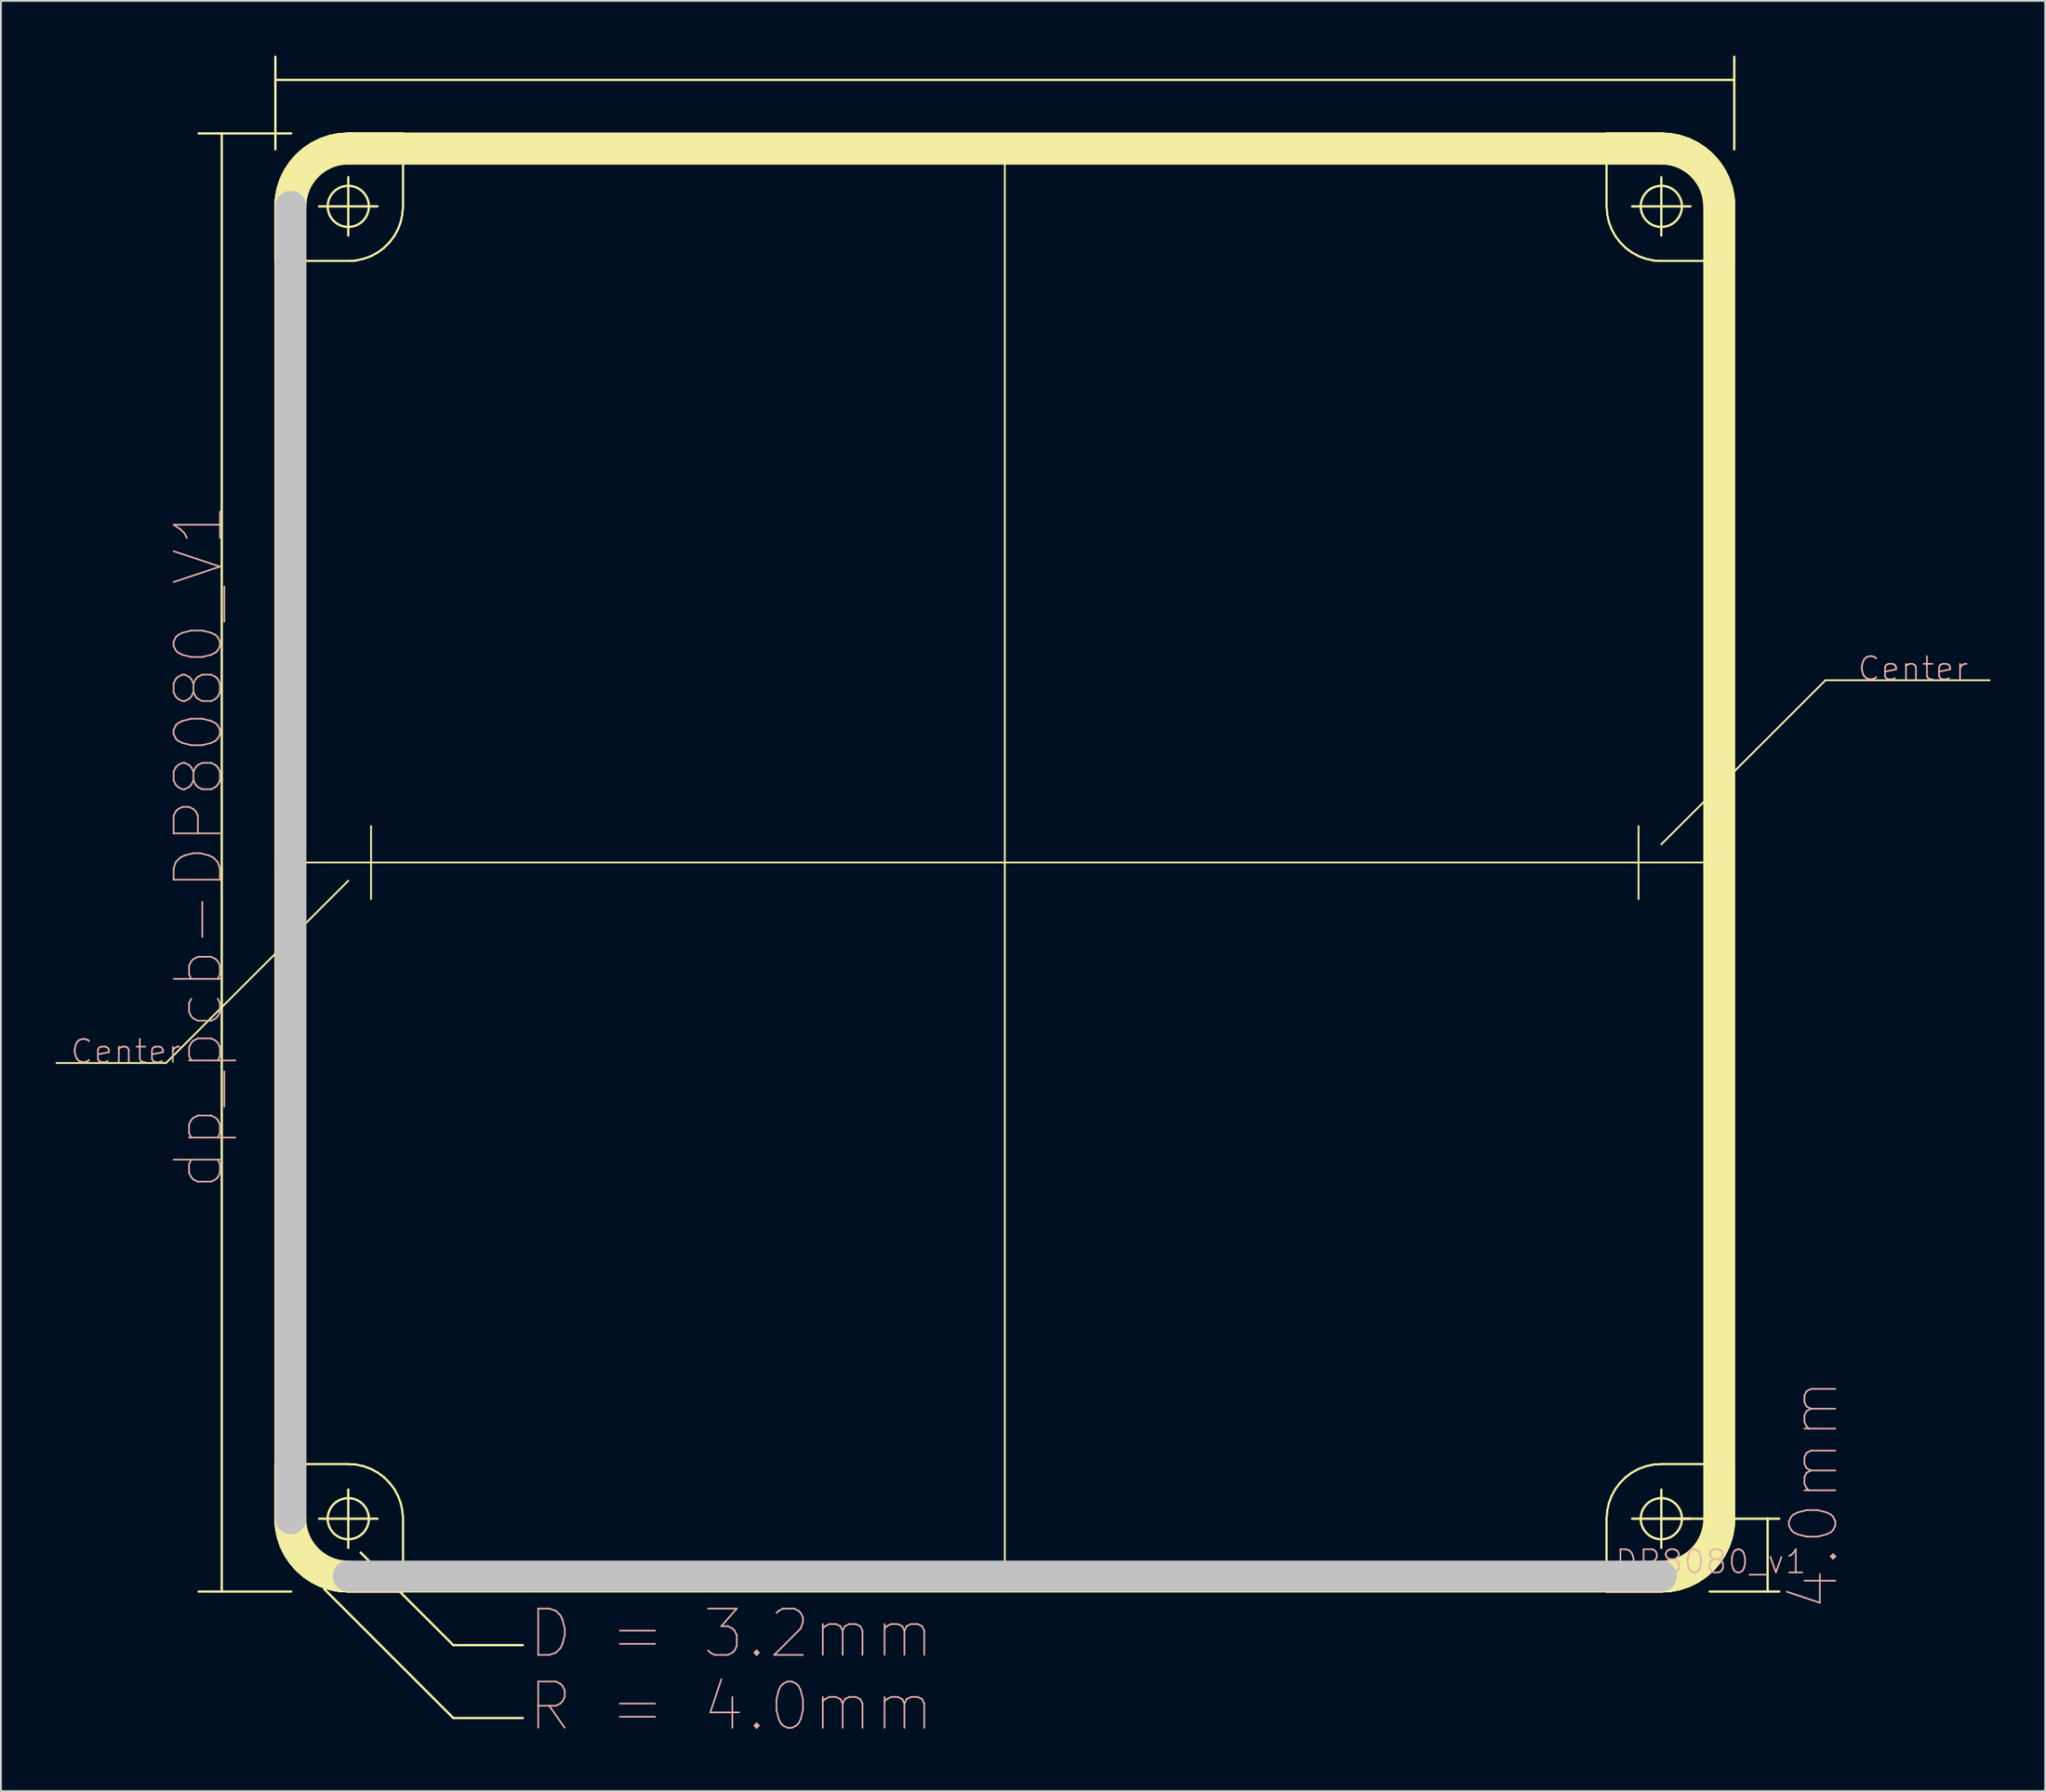
<source format=kicad_pcb>
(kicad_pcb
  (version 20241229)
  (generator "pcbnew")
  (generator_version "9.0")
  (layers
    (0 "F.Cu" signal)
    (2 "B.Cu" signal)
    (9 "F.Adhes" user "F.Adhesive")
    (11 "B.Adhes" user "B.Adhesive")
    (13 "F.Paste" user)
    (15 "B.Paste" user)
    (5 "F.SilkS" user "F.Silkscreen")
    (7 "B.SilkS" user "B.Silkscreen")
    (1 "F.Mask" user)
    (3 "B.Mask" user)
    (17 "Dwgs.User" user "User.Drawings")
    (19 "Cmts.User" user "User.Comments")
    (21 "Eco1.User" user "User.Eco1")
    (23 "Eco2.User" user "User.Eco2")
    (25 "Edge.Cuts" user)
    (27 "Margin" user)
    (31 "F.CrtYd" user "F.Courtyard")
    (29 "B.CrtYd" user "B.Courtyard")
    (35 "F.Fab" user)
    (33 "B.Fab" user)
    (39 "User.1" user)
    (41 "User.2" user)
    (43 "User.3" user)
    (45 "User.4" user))
  (footprint "dp_pcb-DP8080_V1"
    (layer "F.Cu")
    (at 12.049 84.272)
    (property "Reference" "dp_pcb-DP8080_V1" (at -4.209 -40.874 90) (layer "B.SilkS") (effects (font (size 2.54 2.54) (thickness 0.089))))
    (attr exclude_from_pos_files exclude_from_bom)
    (fp_line (start -5.999 -28.999) (end -11.999 -28.999) (stroke (width 0.1) (type solid)) (layer "F.SilkS"))
    (fp_line (start -4.209 -80) (end 0.869 -80) (stroke (width 0.127) (type solid)) (layer "F.SilkS"))
    (fp_line (start -4.209 0) (end 0.869 0) (stroke (width 0.127) (type solid)) (layer "F.SilkS"))
    (fp_line (start -2.939 -80) (end -2.939 0) (stroke (width 0.127) (type solid)) (layer "F.SilkS"))
    (fp_line (start 0 -84.209) (end 0 -79.129) (stroke (width 0.127) (type solid)) (layer "F.SilkS"))
    (fp_line (start 0 -75.999) (end 0 -3.998) (stroke (width 0.1) (type solid)) (layer "F.SilkS"))
    (fp_line (start 0 -75.999) (end 0.033 -76.52) (stroke (width 0.1) (type solid)) (layer "F.SilkS"))
    (fp_line (start 0 -75.999) (end 0.033 -76.52) (stroke (width 0.1) (type solid)) (layer "F.SilkS"))
    (fp_line (start 0 -75.999) (end 0.033 -76.52) (stroke (width 0.1) (type solid)) (layer "F.SilkS"))
    (fp_line (start 0 -73) (end 0 -75.999) (stroke (width 0.1) (type solid)) (layer "F.SilkS"))
    (fp_line (start 0 -73) (end 0 -75.999) (stroke (width 0.1) (type solid)) (layer "F.SilkS"))
    (fp_line (start 0 -73) (end 0 -75.999) (stroke (width 0.1) (type solid)) (layer "F.SilkS"))
    (fp_line (start 0 -40) (end 80 -40) (stroke (width 0.1) (type solid)) (layer "F.SilkS"))
    (fp_line (start 0 -6.998) (end 3.998 -6.998) (stroke (width 0.1) (type solid)) (layer "F.SilkS"))
    (fp_line (start 0 -6.998) (end 3.998 -6.998) (stroke (width 0.1) (type solid)) (layer "F.SilkS"))
    (fp_line (start 0 -6.998) (end 3.998 -6.998) (stroke (width 0.1) (type solid)) (layer "F.SilkS"))
    (fp_line (start 0 -3.998) (end 0 -6.998) (stroke (width 0.1) (type solid)) (layer "F.SilkS"))
    (fp_line (start 0 -3.998) (end 0 -6.998) (stroke (width 0.1) (type solid)) (layer "F.SilkS"))
    (fp_line (start 0 -3.998) (end 0 -6.998) (stroke (width 0.1) (type solid)) (layer "F.SilkS"))
    (fp_line (start 0.033 -76.52) (end 0.135 -77.033) (stroke (width 0.1) (type solid)) (layer "F.SilkS"))
    (fp_line (start 0.033 -76.52) (end 0.135 -77.033) (stroke (width 0.1) (type solid)) (layer "F.SilkS"))
    (fp_line (start 0.033 -76.52) (end 0.135 -77.033) (stroke (width 0.1) (type solid)) (layer "F.SilkS"))
    (fp_line (start 0.033 -3.477) (end 0 -3.998) (stroke (width 0.1) (type solid)) (layer "F.SilkS"))
    (fp_line (start 0.033 -3.477) (end 0 -3.998) (stroke (width 0.1) (type solid)) (layer "F.SilkS"))
    (fp_line (start 0.033 -3.477) (end 0 -3.998) (stroke (width 0.1) (type solid)) (layer "F.SilkS"))
    (fp_line (start 0.135 -77.033) (end 0.302 -77.528) (stroke (width 0.1) (type solid)) (layer "F.SilkS"))
    (fp_line (start 0.135 -77.033) (end 0.302 -77.528) (stroke (width 0.1) (type solid)) (layer "F.SilkS"))
    (fp_line (start 0.135 -77.033) (end 0.302 -77.528) (stroke (width 0.1) (type solid)) (layer "F.SilkS"))
    (fp_line (start 0.135 -2.964) (end 0.033 -3.477) (stroke (width 0.1) (type solid)) (layer "F.SilkS"))
    (fp_line (start 0.135 -2.964) (end 0.033 -3.477) (stroke (width 0.1) (type solid)) (layer "F.SilkS"))
    (fp_line (start 0.135 -2.964) (end 0.033 -3.477) (stroke (width 0.1) (type solid)) (layer "F.SilkS"))
    (fp_line (start 0.302 -77.528) (end 0.533 -77.998) (stroke (width 0.1) (type solid)) (layer "F.SilkS"))
    (fp_line (start 0.302 -77.528) (end 0.533 -77.998) (stroke (width 0.1) (type solid)) (layer "F.SilkS"))
    (fp_line (start 0.302 -77.528) (end 0.533 -77.998) (stroke (width 0.1) (type solid)) (layer "F.SilkS"))
    (fp_line (start 0.302 -2.469) (end 0.135 -2.964) (stroke (width 0.1) (type solid)) (layer "F.SilkS"))
    (fp_line (start 0.302 -2.469) (end 0.135 -2.964) (stroke (width 0.1) (type solid)) (layer "F.SilkS"))
    (fp_line (start 0.302 -2.469) (end 0.135 -2.964) (stroke (width 0.1) (type solid)) (layer "F.SilkS"))
    (fp_line (start 0.533 -77.998) (end 0.826 -78.433) (stroke (width 0.1) (type solid)) (layer "F.SilkS"))
    (fp_line (start 0.533 -77.998) (end 0.826 -78.433) (stroke (width 0.1) (type solid)) (layer "F.SilkS"))
    (fp_line (start 0.533 -77.998) (end 0.826 -78.433) (stroke (width 0.1) (type solid)) (layer "F.SilkS"))
    (fp_line (start 0.533 -1.999) (end 0.302 -2.469) (stroke (width 0.1) (type solid)) (layer "F.SilkS"))
    (fp_line (start 0.533 -1.999) (end 0.302 -2.469) (stroke (width 0.1) (type solid)) (layer "F.SilkS"))
    (fp_line (start 0.533 -1.999) (end 0.302 -2.469) (stroke (width 0.1) (type solid)) (layer "F.SilkS"))
    (fp_line (start 0.826 -78.433) (end 1.171 -78.826) (stroke (width 0.1) (type solid)) (layer "F.SilkS"))
    (fp_line (start 0.826 -78.433) (end 1.171 -78.826) (stroke (width 0.1) (type solid)) (layer "F.SilkS"))
    (fp_line (start 0.826 -78.433) (end 1.171 -78.826) (stroke (width 0.1) (type solid)) (layer "F.SilkS"))
    (fp_line (start 0.826 -1.565) (end 0.533 -1.999) (stroke (width 0.1) (type solid)) (layer "F.SilkS"))
    (fp_line (start 0.826 -1.565) (end 0.533 -1.999) (stroke (width 0.1) (type solid)) (layer "F.SilkS"))
    (fp_line (start 0.826 -1.565) (end 0.533 -1.999) (stroke (width 0.1) (type solid)) (layer "F.SilkS"))
    (fp_line (start 0.848 -3.998) (end 0.848 -75.999) (stroke (width 1.699) (type solid)) (layer "F.SilkS"))
    (fp_line (start 1.171 -78.826) (end 1.565 -79.172) (stroke (width 0.1) (type solid)) (layer "F.SilkS"))
    (fp_line (start 1.171 -78.826) (end 1.565 -79.172) (stroke (width 0.1) (type solid)) (layer "F.SilkS"))
    (fp_line (start 1.171 -78.826) (end 1.565 -79.172) (stroke (width 0.1) (type solid)) (layer "F.SilkS"))
    (fp_line (start 1.171 -1.171) (end 0.826 -1.565) (stroke (width 0.1) (type solid)) (layer "F.SilkS"))
    (fp_line (start 1.171 -1.171) (end 0.826 -1.565) (stroke (width 0.1) (type solid)) (layer "F.SilkS"))
    (fp_line (start 1.171 -1.171) (end 0.826 -1.565) (stroke (width 0.1) (type solid)) (layer "F.SilkS"))
    (fp_line (start 1.565 -79.172) (end 1.999 -79.464) (stroke (width 0.1) (type solid)) (layer "F.SilkS"))
    (fp_line (start 1.565 -79.172) (end 1.999 -79.464) (stroke (width 0.1) (type solid)) (layer "F.SilkS"))
    (fp_line (start 1.565 -79.172) (end 1.999 -79.464) (stroke (width 0.1) (type solid)) (layer "F.SilkS"))
    (fp_line (start 1.565 -0.826) (end 1.171 -1.171) (stroke (width 0.1) (type solid)) (layer "F.SilkS"))
    (fp_line (start 1.565 -0.826) (end 1.171 -1.171) (stroke (width 0.1) (type solid)) (layer "F.SilkS"))
    (fp_line (start 1.565 -0.826) (end 1.171 -1.171) (stroke (width 0.1) (type solid)) (layer "F.SilkS"))
    (fp_line (start 1.999 -79.464) (end 2.469 -79.695) (stroke (width 0.1) (type solid)) (layer "F.SilkS"))
    (fp_line (start 1.999 -79.464) (end 2.469 -79.695) (stroke (width 0.1) (type solid)) (layer "F.SilkS"))
    (fp_line (start 1.999 -79.464) (end 2.469 -79.695) (stroke (width 0.1) (type solid)) (layer "F.SilkS"))
    (fp_line (start 1.999 -0.533) (end 1.565 -0.826) (stroke (width 0.1) (type solid)) (layer "F.SilkS"))
    (fp_line (start 1.999 -0.533) (end 1.565 -0.826) (stroke (width 0.1) (type solid)) (layer "F.SilkS"))
    (fp_line (start 1.999 -0.533) (end 1.565 -0.826) (stroke (width 0.1) (type solid)) (layer "F.SilkS"))
    (fp_line (start 2.398 -75.999) (end 5.598 -75.999) (stroke (width 0.127) (type solid)) (layer "F.SilkS"))
    (fp_line (start 2.398 -3.998) (end 5.598 -3.998) (stroke (width 0.127) (type solid)) (layer "F.SilkS"))
    (fp_line (start 2.469 -79.695) (end 2.964 -79.863) (stroke (width 0.1) (type solid)) (layer "F.SilkS"))
    (fp_line (start 2.469 -79.695) (end 2.964 -79.863) (stroke (width 0.1) (type solid)) (layer "F.SilkS"))
    (fp_line (start 2.469 -79.695) (end 2.964 -79.863) (stroke (width 0.1) (type solid)) (layer "F.SilkS"))
    (fp_line (start 2.469 -0.302) (end 1.999 -0.533) (stroke (width 0.1) (type solid)) (layer "F.SilkS"))
    (fp_line (start 2.469 -0.302) (end 1.999 -0.533) (stroke (width 0.1) (type solid)) (layer "F.SilkS"))
    (fp_line (start 2.469 -0.302) (end 1.999 -0.533) (stroke (width 0.1) (type solid)) (layer "F.SilkS"))
    (fp_line (start 2.68 -0.14) (end 9.759 6.939) (stroke (width 0.127) (type solid)) (layer "F.SilkS"))
    (fp_line (start 2.964 -79.863) (end 3.477 -79.964) (stroke (width 0.1) (type solid)) (layer "F.SilkS"))
    (fp_line (start 2.964 -79.863) (end 3.477 -79.964) (stroke (width 0.1) (type solid)) (layer "F.SilkS"))
    (fp_line (start 2.964 -79.863) (end 3.477 -79.964) (stroke (width 0.1) (type solid)) (layer "F.SilkS"))
    (fp_line (start 2.964 -0.135) (end 2.469 -0.302) (stroke (width 0.1) (type solid)) (layer "F.SilkS"))
    (fp_line (start 2.964 -0.135) (end 2.469 -0.302) (stroke (width 0.1) (type solid)) (layer "F.SilkS"))
    (fp_line (start 2.964 -0.135) (end 2.469 -0.302) (stroke (width 0.1) (type solid)) (layer "F.SilkS"))
    (fp_line (start 3.477 -79.964) (end 3.998 -80) (stroke (width 0.1) (type solid)) (layer "F.SilkS"))
    (fp_line (start 3.477 -79.964) (end 3.998 -80) (stroke (width 0.1) (type solid)) (layer "F.SilkS"))
    (fp_line (start 3.477 -79.964) (end 3.998 -80) (stroke (width 0.1) (type solid)) (layer "F.SilkS"))
    (fp_line (start 3.477 -0.033) (end 2.964 -0.135) (stroke (width 0.1) (type solid)) (layer "F.SilkS"))
    (fp_line (start 3.477 -0.033) (end 2.964 -0.135) (stroke (width 0.1) (type solid)) (layer "F.SilkS"))
    (fp_line (start 3.477 -0.033) (end 2.964 -0.135) (stroke (width 0.1) (type solid)) (layer "F.SilkS"))
    (fp_line (start 3.998 -80) (end 6.998 -80) (stroke (width 0.1) (type solid)) (layer "F.SilkS"))
    (fp_line (start 3.998 -80) (end 6.998 -80) (stroke (width 0.1) (type solid)) (layer "F.SilkS"))
    (fp_line (start 3.998 -80) (end 6.998 -80) (stroke (width 0.1) (type solid)) (layer "F.SilkS"))
    (fp_line (start 3.998 -79.149) (end 75.999 -79.149) (stroke (width 1.699) (type solid)) (layer "F.SilkS"))
    (fp_line (start 3.998 -79.149) (end 75.999 -79.149) (stroke (width 1.699) (type solid)) (layer "F.SilkS"))
    (fp_line (start 3.998 -74.399) (end 3.998 -77.6) (stroke (width 0.127) (type solid)) (layer "F.SilkS"))
    (fp_line (start 3.998 -73) (end 0 -73) (stroke (width 0.1) (type solid)) (layer "F.SilkS"))
    (fp_line (start 3.998 -73) (end 0 -73) (stroke (width 0.1) (type solid)) (layer "F.SilkS"))
    (fp_line (start 3.998 -73) (end 0 -73) (stroke (width 0.1) (type solid)) (layer "F.SilkS"))
    (fp_line (start 3.998 -38.999) (end -5.999 -28.999) (stroke (width 0.1) (type solid)) (layer "F.SilkS"))
    (fp_line (start 3.998 -6.998) (end 4.425 -6.967) (stroke (width 0.1) (type solid)) (layer "F.SilkS"))
    (fp_line (start 3.998 -6.998) (end 4.425 -6.967) (stroke (width 0.1) (type solid)) (layer "F.SilkS"))
    (fp_line (start 3.998 -6.998) (end 4.425 -6.967) (stroke (width 0.1) (type solid)) (layer "F.SilkS"))
    (fp_line (start 3.998 -2.398) (end 3.998 -5.598) (stroke (width 0.127) (type solid)) (layer "F.SilkS"))
    (fp_line (start 3.998 0) (end 3.477 -0.033) (stroke (width 0.1) (type solid)) (layer "F.SilkS"))
    (fp_line (start 3.998 0) (end 3.477 -0.033) (stroke (width 0.1) (type solid)) (layer "F.SilkS"))
    (fp_line (start 3.998 0) (end 3.477 -0.033) (stroke (width 0.1) (type solid)) (layer "F.SilkS"))
    (fp_line (start 3.998 0) (end 75.999 0) (stroke (width 0.1) (type solid)) (layer "F.SilkS"))
    (fp_line (start 4.425 -73.03) (end 3.998 -73) (stroke (width 0.1) (type solid)) (layer "F.SilkS"))
    (fp_line (start 4.425 -73.03) (end 3.998 -73) (stroke (width 0.1) (type solid)) (layer "F.SilkS"))
    (fp_line (start 4.425 -73.03) (end 3.998 -73) (stroke (width 0.1) (type solid)) (layer "F.SilkS"))
    (fp_line (start 4.425 -6.967) (end 4.844 -6.878) (stroke (width 0.1) (type solid)) (layer "F.SilkS"))
    (fp_line (start 4.425 -6.967) (end 4.844 -6.878) (stroke (width 0.1) (type solid)) (layer "F.SilkS"))
    (fp_line (start 4.425 -6.967) (end 4.844 -6.878) (stroke (width 0.1) (type solid)) (layer "F.SilkS"))
    (fp_line (start 4.679 -2.139) (end 9.759 2.939) (stroke (width 0.127) (type solid)) (layer "F.SilkS"))
    (fp_line (start 4.844 -73.122) (end 4.425 -73.03) (stroke (width 0.1) (type solid)) (layer "F.SilkS"))
    (fp_line (start 4.844 -73.122) (end 4.425 -73.03) (stroke (width 0.1) (type solid)) (layer "F.SilkS"))
    (fp_line (start 4.844 -73.122) (end 4.425 -73.03) (stroke (width 0.1) (type solid)) (layer "F.SilkS"))
    (fp_line (start 4.844 -6.878) (end 5.245 -6.728) (stroke (width 0.1) (type solid)) (layer "F.SilkS"))
    (fp_line (start 4.844 -6.878) (end 5.245 -6.728) (stroke (width 0.1) (type solid)) (layer "F.SilkS"))
    (fp_line (start 4.844 -6.878) (end 5.245 -6.728) (stroke (width 0.1) (type solid)) (layer "F.SilkS"))
    (fp_line (start 5.245 -73.269) (end 4.844 -73.122) (stroke (width 0.1) (type solid)) (layer "F.SilkS"))
    (fp_line (start 5.245 -73.269) (end 4.844 -73.122) (stroke (width 0.1) (type solid)) (layer "F.SilkS"))
    (fp_line (start 5.245 -73.269) (end 4.844 -73.122) (stroke (width 0.1) (type solid)) (layer "F.SilkS"))
    (fp_line (start 5.245 -6.728) (end 5.621 -6.523) (stroke (width 0.1) (type solid)) (layer "F.SilkS"))
    (fp_line (start 5.245 -6.728) (end 5.621 -6.523) (stroke (width 0.1) (type solid)) (layer "F.SilkS"))
    (fp_line (start 5.245 -6.728) (end 5.621 -6.523) (stroke (width 0.1) (type solid)) (layer "F.SilkS"))
    (fp_line (start 5.248 -41.999) (end 5.248 -37.998) (stroke (width 0.1) (type solid)) (layer "F.SilkS"))
    (fp_line (start 5.621 -73.475) (end 5.245 -73.269) (stroke (width 0.1) (type solid)) (layer "F.SilkS"))
    (fp_line (start 5.621 -73.475) (end 5.245 -73.269) (stroke (width 0.1) (type solid)) (layer "F.SilkS"))
    (fp_line (start 5.621 -73.475) (end 5.245 -73.269) (stroke (width 0.1) (type solid)) (layer "F.SilkS"))
    (fp_line (start 5.621 -6.523) (end 5.964 -6.266) (stroke (width 0.1) (type solid)) (layer "F.SilkS"))
    (fp_line (start 5.621 -6.523) (end 5.964 -6.266) (stroke (width 0.1) (type solid)) (layer "F.SilkS"))
    (fp_line (start 5.621 -6.523) (end 5.964 -6.266) (stroke (width 0.1) (type solid)) (layer "F.SilkS"))
    (fp_line (start 5.964 -73.731) (end 5.621 -73.475) (stroke (width 0.1) (type solid)) (layer "F.SilkS"))
    (fp_line (start 5.964 -73.731) (end 5.621 -73.475) (stroke (width 0.1) (type solid)) (layer "F.SilkS"))
    (fp_line (start 5.964 -73.731) (end 5.621 -73.475) (stroke (width 0.1) (type solid)) (layer "F.SilkS"))
    (fp_line (start 5.964 -6.266) (end 6.266 -5.964) (stroke (width 0.1) (type solid)) (layer "F.SilkS"))
    (fp_line (start 5.964 -6.266) (end 6.266 -5.964) (stroke (width 0.1) (type solid)) (layer "F.SilkS"))
    (fp_line (start 5.964 -6.266) (end 6.266 -5.964) (stroke (width 0.1) (type solid)) (layer "F.SilkS"))
    (fp_line (start 6.266 -74.033) (end 5.964 -73.731) (stroke (width 0.1) (type solid)) (layer "F.SilkS"))
    (fp_line (start 6.266 -74.033) (end 5.964 -73.731) (stroke (width 0.1) (type solid)) (layer "F.SilkS"))
    (fp_line (start 6.266 -74.033) (end 5.964 -73.731) (stroke (width 0.1) (type solid)) (layer "F.SilkS"))
    (fp_line (start 6.266 -5.964) (end 6.523 -5.621) (stroke (width 0.1) (type solid)) (layer "F.SilkS"))
    (fp_line (start 6.266 -5.964) (end 6.523 -5.621) (stroke (width 0.1) (type solid)) (layer "F.SilkS"))
    (fp_line (start 6.266 -5.964) (end 6.523 -5.621) (stroke (width 0.1) (type solid)) (layer "F.SilkS"))
    (fp_line (start 6.523 -74.376) (end 6.266 -74.033) (stroke (width 0.1) (type solid)) (layer "F.SilkS"))
    (fp_line (start 6.523 -74.376) (end 6.266 -74.033) (stroke (width 0.1) (type solid)) (layer "F.SilkS"))
    (fp_line (start 6.523 -74.376) (end 6.266 -74.033) (stroke (width 0.1) (type solid)) (layer "F.SilkS"))
    (fp_line (start 6.523 -5.621) (end 6.728 -5.245) (stroke (width 0.1) (type solid)) (layer "F.SilkS"))
    (fp_line (start 6.523 -5.621) (end 6.728 -5.245) (stroke (width 0.1) (type solid)) (layer "F.SilkS"))
    (fp_line (start 6.523 -5.621) (end 6.728 -5.245) (stroke (width 0.1) (type solid)) (layer "F.SilkS"))
    (fp_line (start 6.728 -74.752) (end 6.523 -74.376) (stroke (width 0.1) (type solid)) (layer "F.SilkS"))
    (fp_line (start 6.728 -74.752) (end 6.523 -74.376) (stroke (width 0.1) (type solid)) (layer "F.SilkS"))
    (fp_line (start 6.728 -74.752) (end 6.523 -74.376) (stroke (width 0.1) (type solid)) (layer "F.SilkS"))
    (fp_line (start 6.728 -5.245) (end 6.878 -4.844) (stroke (width 0.1) (type solid)) (layer "F.SilkS"))
    (fp_line (start 6.728 -5.245) (end 6.878 -4.844) (stroke (width 0.1) (type solid)) (layer "F.SilkS"))
    (fp_line (start 6.728 -5.245) (end 6.878 -4.844) (stroke (width 0.1) (type solid)) (layer "F.SilkS"))
    (fp_line (start 6.878 -75.154) (end 6.728 -74.752) (stroke (width 0.1) (type solid)) (layer "F.SilkS"))
    (fp_line (start 6.878 -75.154) (end 6.728 -74.752) (stroke (width 0.1) (type solid)) (layer "F.SilkS"))
    (fp_line (start 6.878 -75.154) (end 6.728 -74.752) (stroke (width 0.1) (type solid)) (layer "F.SilkS"))
    (fp_line (start 6.878 -4.844) (end 6.967 -4.425) (stroke (width 0.1) (type solid)) (layer "F.SilkS"))
    (fp_line (start 6.878 -4.844) (end 6.967 -4.425) (stroke (width 0.1) (type solid)) (layer "F.SilkS"))
    (fp_line (start 6.878 -4.844) (end 6.967 -4.425) (stroke (width 0.1) (type solid)) (layer "F.SilkS"))
    (fp_line (start 6.967 -75.573) (end 6.878 -75.154) (stroke (width 0.1) (type solid)) (layer "F.SilkS"))
    (fp_line (start 6.967 -75.573) (end 6.878 -75.154) (stroke (width 0.1) (type solid)) (layer "F.SilkS"))
    (fp_line (start 6.967 -75.573) (end 6.878 -75.154) (stroke (width 0.1) (type solid)) (layer "F.SilkS"))
    (fp_line (start 6.967 -4.425) (end 6.998 -3.998) (stroke (width 0.1) (type solid)) (layer "F.SilkS"))
    (fp_line (start 6.967 -4.425) (end 6.998 -3.998) (stroke (width 0.1) (type solid)) (layer "F.SilkS"))
    (fp_line (start 6.967 -4.425) (end 6.998 -3.998) (stroke (width 0.1) (type solid)) (layer "F.SilkS"))
    (fp_line (start 6.998 -80) (end 6.998 -75.999) (stroke (width 0.1) (type solid)) (layer "F.SilkS"))
    (fp_line (start 6.998 -80) (end 6.998 -75.999) (stroke (width 0.1) (type solid)) (layer "F.SilkS"))
    (fp_line (start 6.998 -80) (end 6.998 -75.999) (stroke (width 0.1) (type solid)) (layer "F.SilkS"))
    (fp_line (start 6.998 -75.999) (end 6.967 -75.573) (stroke (width 0.1) (type solid)) (layer "F.SilkS"))
    (fp_line (start 6.998 -75.999) (end 6.967 -75.573) (stroke (width 0.1) (type solid)) (layer "F.SilkS"))
    (fp_line (start 6.998 -75.999) (end 6.967 -75.573) (stroke (width 0.1) (type solid)) (layer "F.SilkS"))
    (fp_line (start 6.998 -3.998) (end 6.998 0) (stroke (width 0.1) (type solid)) (layer "F.SilkS"))
    (fp_line (start 6.998 -3.998) (end 6.998 0) (stroke (width 0.1) (type solid)) (layer "F.SilkS"))
    (fp_line (start 6.998 -3.998) (end 6.998 0) (stroke (width 0.1) (type solid)) (layer "F.SilkS"))
    (fp_line (start 6.998 0) (end 3.998 0) (stroke (width 0.1) (type solid)) (layer "F.SilkS"))
    (fp_line (start 6.998 0) (end 3.998 0) (stroke (width 0.1) (type solid)) (layer "F.SilkS"))
    (fp_line (start 6.998 0) (end 3.998 0) (stroke (width 0.1) (type solid)) (layer "F.SilkS"))
    (fp_line (start 9.759 2.939) (end 13.569 2.939) (stroke (width 0.127) (type solid)) (layer "F.SilkS"))
    (fp_line (start 9.759 6.939) (end 13.569 6.939) (stroke (width 0.127) (type solid)) (layer "F.SilkS"))
    (fp_line (start 40 -80) (end 40 0) (stroke (width 0.1) (type solid)) (layer "F.SilkS"))
    (fp_line (start 73 -80) (end 75.999 -80) (stroke (width 0.1) (type solid)) (layer "F.SilkS"))
    (fp_line (start 73 -80) (end 75.999 -80) (stroke (width 0.1) (type solid)) (layer "F.SilkS"))
    (fp_line (start 73 -80) (end 75.999 -80) (stroke (width 0.1) (type solid)) (layer "F.SilkS"))
    (fp_line (start 73 -75.999) (end 73 -80) (stroke (width 0.1) (type solid)) (layer "F.SilkS"))
    (fp_line (start 73 -75.999) (end 73 -80) (stroke (width 0.1) (type solid)) (layer "F.SilkS"))
    (fp_line (start 73 -75.999) (end 73 -80) (stroke (width 0.1) (type solid)) (layer "F.SilkS"))
    (fp_line (start 73 -3.998) (end 73.03 -4.425) (stroke (width 0.1) (type solid)) (layer "F.SilkS"))
    (fp_line (start 73 -3.998) (end 73.03 -4.425) (stroke (width 0.1) (type solid)) (layer "F.SilkS"))
    (fp_line (start 73 -3.998) (end 73.03 -4.425) (stroke (width 0.1) (type solid)) (layer "F.SilkS"))
    (fp_line (start 73 0) (end 73 -3.998) (stroke (width 0.1) (type solid)) (layer "F.SilkS"))
    (fp_line (start 73 0) (end 73 -3.998) (stroke (width 0.1) (type solid)) (layer "F.SilkS"))
    (fp_line (start 73 0) (end 73 -3.998) (stroke (width 0.1) (type solid)) (layer "F.SilkS"))
    (fp_line (start 73.03 -75.573) (end 73 -75.999) (stroke (width 0.1) (type solid)) (layer "F.SilkS"))
    (fp_line (start 73.03 -75.573) (end 73 -75.999) (stroke (width 0.1) (type solid)) (layer "F.SilkS"))
    (fp_line (start 73.03 -75.573) (end 73 -75.999) (stroke (width 0.1) (type solid)) (layer "F.SilkS"))
    (fp_line (start 73.03 -4.425) (end 73.122 -4.844) (stroke (width 0.1) (type solid)) (layer "F.SilkS"))
    (fp_line (start 73.03 -4.425) (end 73.122 -4.844) (stroke (width 0.1) (type solid)) (layer "F.SilkS"))
    (fp_line (start 73.03 -4.425) (end 73.122 -4.844) (stroke (width 0.1) (type solid)) (layer "F.SilkS"))
    (fp_line (start 73.122 -75.154) (end 73.03 -75.573) (stroke (width 0.1) (type solid)) (layer "F.SilkS"))
    (fp_line (start 73.122 -75.154) (end 73.03 -75.573) (stroke (width 0.1) (type solid)) (layer "F.SilkS"))
    (fp_line (start 73.122 -75.154) (end 73.03 -75.573) (stroke (width 0.1) (type solid)) (layer "F.SilkS"))
    (fp_line (start 73.122 -4.844) (end 73.269 -5.245) (stroke (width 0.1) (type solid)) (layer "F.SilkS"))
    (fp_line (start 73.122 -4.844) (end 73.269 -5.245) (stroke (width 0.1) (type solid)) (layer "F.SilkS"))
    (fp_line (start 73.122 -4.844) (end 73.269 -5.245) (stroke (width 0.1) (type solid)) (layer "F.SilkS"))
    (fp_line (start 73.269 -74.752) (end 73.122 -75.154) (stroke (width 0.1) (type solid)) (layer "F.SilkS"))
    (fp_line (start 73.269 -74.752) (end 73.122 -75.154) (stroke (width 0.1) (type solid)) (layer "F.SilkS"))
    (fp_line (start 73.269 -74.752) (end 73.122 -75.154) (stroke (width 0.1) (type solid)) (layer "F.SilkS"))
    (fp_line (start 73.269 -5.245) (end 73.475 -5.621) (stroke (width 0.1) (type solid)) (layer "F.SilkS"))
    (fp_line (start 73.269 -5.245) (end 73.475 -5.621) (stroke (width 0.1) (type solid)) (layer "F.SilkS"))
    (fp_line (start 73.269 -5.245) (end 73.475 -5.621) (stroke (width 0.1) (type solid)) (layer "F.SilkS"))
    (fp_line (start 73.475 -74.376) (end 73.269 -74.752) (stroke (width 0.1) (type solid)) (layer "F.SilkS"))
    (fp_line (start 73.475 -74.376) (end 73.269 -74.752) (stroke (width 0.1) (type solid)) (layer "F.SilkS"))
    (fp_line (start 73.475 -74.376) (end 73.269 -74.752) (stroke (width 0.1) (type solid)) (layer "F.SilkS"))
    (fp_line (start 73.475 -5.621) (end 73.731 -5.964) (stroke (width 0.1) (type solid)) (layer "F.SilkS"))
    (fp_line (start 73.475 -5.621) (end 73.731 -5.964) (stroke (width 0.1) (type solid)) (layer "F.SilkS"))
    (fp_line (start 73.475 -5.621) (end 73.731 -5.964) (stroke (width 0.1) (type solid)) (layer "F.SilkS"))
    (fp_line (start 73.731 -74.033) (end 73.475 -74.376) (stroke (width 0.1) (type solid)) (layer "F.SilkS"))
    (fp_line (start 73.731 -74.033) (end 73.475 -74.376) (stroke (width 0.1) (type solid)) (layer "F.SilkS"))
    (fp_line (start 73.731 -74.033) (end 73.475 -74.376) (stroke (width 0.1) (type solid)) (layer "F.SilkS"))
    (fp_line (start 73.731 -5.964) (end 74.033 -6.266) (stroke (width 0.1) (type solid)) (layer "F.SilkS"))
    (fp_line (start 73.731 -5.964) (end 74.033 -6.266) (stroke (width 0.1) (type solid)) (layer "F.SilkS"))
    (fp_line (start 73.731 -5.964) (end 74.033 -6.266) (stroke (width 0.1) (type solid)) (layer "F.SilkS"))
    (fp_line (start 74.033 -73.731) (end 73.731 -74.033) (stroke (width 0.1) (type solid)) (layer "F.SilkS"))
    (fp_line (start 74.033 -73.731) (end 73.731 -74.033) (stroke (width 0.1) (type solid)) (layer "F.SilkS"))
    (fp_line (start 74.033 -73.731) (end 73.731 -74.033) (stroke (width 0.1) (type solid)) (layer "F.SilkS"))
    (fp_line (start 74.033 -6.266) (end 74.376 -6.523) (stroke (width 0.1) (type solid)) (layer "F.SilkS"))
    (fp_line (start 74.033 -6.266) (end 74.376 -6.523) (stroke (width 0.1) (type solid)) (layer "F.SilkS"))
    (fp_line (start 74.033 -6.266) (end 74.376 -6.523) (stroke (width 0.1) (type solid)) (layer "F.SilkS"))
    (fp_line (start 74.376 -73.475) (end 74.033 -73.731) (stroke (width 0.1) (type solid)) (layer "F.SilkS"))
    (fp_line (start 74.376 -73.475) (end 74.033 -73.731) (stroke (width 0.1) (type solid)) (layer "F.SilkS"))
    (fp_line (start 74.376 -73.475) (end 74.033 -73.731) (stroke (width 0.1) (type solid)) (layer "F.SilkS"))
    (fp_line (start 74.376 -6.523) (end 74.752 -6.728) (stroke (width 0.1) (type solid)) (layer "F.SilkS"))
    (fp_line (start 74.376 -6.523) (end 74.752 -6.728) (stroke (width 0.1) (type solid)) (layer "F.SilkS"))
    (fp_line (start 74.376 -6.523) (end 74.752 -6.728) (stroke (width 0.1) (type solid)) (layer "F.SilkS"))
    (fp_line (start 74.399 -75.999) (end 77.6 -75.999) (stroke (width 0.127) (type solid)) (layer "F.SilkS"))
    (fp_line (start 74.399 -3.998) (end 77.6 -3.998) (stroke (width 0.127) (type solid)) (layer "F.SilkS"))
    (fp_line (start 74.75 -41.999) (end 74.75 -37.998) (stroke (width 0.1) (type solid)) (layer "F.SilkS"))
    (fp_line (start 74.752 -73.269) (end 74.376 -73.475) (stroke (width 0.1) (type solid)) (layer "F.SilkS"))
    (fp_line (start 74.752 -73.269) (end 74.376 -73.475) (stroke (width 0.1) (type solid)) (layer "F.SilkS"))
    (fp_line (start 74.752 -73.269) (end 74.376 -73.475) (stroke (width 0.1) (type solid)) (layer "F.SilkS"))
    (fp_line (start 74.752 -6.728) (end 75.154 -6.878) (stroke (width 0.1) (type solid)) (layer "F.SilkS"))
    (fp_line (start 74.752 -6.728) (end 75.154 -6.878) (stroke (width 0.1) (type solid)) (layer "F.SilkS"))
    (fp_line (start 74.752 -6.728) (end 75.154 -6.878) (stroke (width 0.1) (type solid)) (layer "F.SilkS"))
    (fp_line (start 75.154 -73.122) (end 74.752 -73.269) (stroke (width 0.1) (type solid)) (layer "F.SilkS"))
    (fp_line (start 75.154 -73.122) (end 74.752 -73.269) (stroke (width 0.1) (type solid)) (layer "F.SilkS"))
    (fp_line (start 75.154 -73.122) (end 74.752 -73.269) (stroke (width 0.1) (type solid)) (layer "F.SilkS"))
    (fp_line (start 75.154 -6.878) (end 75.573 -6.967) (stroke (width 0.1) (type solid)) (layer "F.SilkS"))
    (fp_line (start 75.154 -6.878) (end 75.573 -6.967) (stroke (width 0.1) (type solid)) (layer "F.SilkS"))
    (fp_line (start 75.154 -6.878) (end 75.573 -6.967) (stroke (width 0.1) (type solid)) (layer "F.SilkS"))
    (fp_line (start 75.573 -73.03) (end 75.154 -73.122) (stroke (width 0.1) (type solid)) (layer "F.SilkS"))
    (fp_line (start 75.573 -73.03) (end 75.154 -73.122) (stroke (width 0.1) (type solid)) (layer "F.SilkS"))
    (fp_line (start 75.573 -73.03) (end 75.154 -73.122) (stroke (width 0.1) (type solid)) (layer "F.SilkS"))
    (fp_line (start 75.573 -6.967) (end 75.999 -6.998) (stroke (width 0.1) (type solid)) (layer "F.SilkS"))
    (fp_line (start 75.573 -6.967) (end 75.999 -6.998) (stroke (width 0.1) (type solid)) (layer "F.SilkS"))
    (fp_line (start 75.573 -6.967) (end 75.999 -6.998) (stroke (width 0.1) (type solid)) (layer "F.SilkS"))
    (fp_line (start 75.999 -80) (end 3.998 -80) (stroke (width 0.1) (type solid)) (layer "F.SilkS"))
    (fp_line (start 75.999 -80) (end 76.52 -79.964) (stroke (width 0.1) (type solid)) (layer "F.SilkS"))
    (fp_line (start 75.999 -80) (end 76.52 -79.964) (stroke (width 0.1) (type solid)) (layer "F.SilkS"))
    (fp_line (start 75.999 -80) (end 76.52 -79.964) (stroke (width 0.1) (type solid)) (layer "F.SilkS"))
    (fp_line (start 75.999 -74.399) (end 75.999 -77.6) (stroke (width 0.127) (type solid)) (layer "F.SilkS"))
    (fp_line (start 75.999 -73) (end 75.573 -73.03) (stroke (width 0.1) (type solid)) (layer "F.SilkS"))
    (fp_line (start 75.999 -73) (end 75.573 -73.03) (stroke (width 0.1) (type solid)) (layer "F.SilkS"))
    (fp_line (start 75.999 -73) (end 75.573 -73.03) (stroke (width 0.1) (type solid)) (layer "F.SilkS"))
    (fp_line (start 75.999 -40.998) (end 84.999 -50) (stroke (width 0.1) (type solid)) (layer "F.SilkS"))
    (fp_line (start 75.999 -6.998) (end 80 -6.998) (stroke (width 0.1) (type solid)) (layer "F.SilkS"))
    (fp_line (start 75.999 -6.998) (end 80 -6.998) (stroke (width 0.1) (type solid)) (layer "F.SilkS"))
    (fp_line (start 75.999 -6.998) (end 80 -6.998) (stroke (width 0.1) (type solid)) (layer "F.SilkS"))
    (fp_line (start 75.999 -3.998) (end 81.829 -3.998) (stroke (width 0.127) (type solid)) (layer "F.SilkS"))
    (fp_line (start 75.999 -2.398) (end 75.999 -5.598) (stroke (width 0.127) (type solid)) (layer "F.SilkS"))
    (fp_line (start 75.999 0) (end 73 0) (stroke (width 0.1) (type solid)) (layer "F.SilkS"))
    (fp_line (start 75.999 0) (end 73 0) (stroke (width 0.1) (type solid)) (layer "F.SilkS"))
    (fp_line (start 75.999 0) (end 73 0) (stroke (width 0.1) (type solid)) (layer "F.SilkS"))
    (fp_line (start 76.52 -79.964) (end 77.033 -79.863) (stroke (width 0.1) (type solid)) (layer "F.SilkS"))
    (fp_line (start 76.52 -79.964) (end 77.033 -79.863) (stroke (width 0.1) (type solid)) (layer "F.SilkS"))
    (fp_line (start 76.52 -79.964) (end 77.033 -79.863) (stroke (width 0.1) (type solid)) (layer "F.SilkS"))
    (fp_line (start 76.52 -0.033) (end 75.999 0) (stroke (width 0.1) (type solid)) (layer "F.SilkS"))
    (fp_line (start 76.52 -0.033) (end 75.999 0) (stroke (width 0.1) (type solid)) (layer "F.SilkS"))
    (fp_line (start 76.52 -0.033) (end 75.999 0) (stroke (width 0.1) (type solid)) (layer "F.SilkS"))
    (fp_line (start 77.033 -79.863) (end 77.528 -79.695) (stroke (width 0.1) (type solid)) (layer "F.SilkS"))
    (fp_line (start 77.033 -79.863) (end 77.528 -79.695) (stroke (width 0.1) (type solid)) (layer "F.SilkS"))
    (fp_line (start 77.033 -79.863) (end 77.528 -79.695) (stroke (width 0.1) (type solid)) (layer "F.SilkS"))
    (fp_line (start 77.033 -0.135) (end 76.52 -0.033) (stroke (width 0.1) (type solid)) (layer "F.SilkS"))
    (fp_line (start 77.033 -0.135) (end 76.52 -0.033) (stroke (width 0.1) (type solid)) (layer "F.SilkS"))
    (fp_line (start 77.033 -0.135) (end 76.52 -0.033) (stroke (width 0.1) (type solid)) (layer "F.SilkS"))
    (fp_line (start 77.528 -79.695) (end 77.998 -79.464) (stroke (width 0.1) (type solid)) (layer "F.SilkS"))
    (fp_line (start 77.528 -79.695) (end 77.998 -79.464) (stroke (width 0.1) (type solid)) (layer "F.SilkS"))
    (fp_line (start 77.528 -79.695) (end 77.998 -79.464) (stroke (width 0.1) (type solid)) (layer "F.SilkS"))
    (fp_line (start 77.528 -0.302) (end 77.033 -0.135) (stroke (width 0.1) (type solid)) (layer "F.SilkS"))
    (fp_line (start 77.528 -0.302) (end 77.033 -0.135) (stroke (width 0.1) (type solid)) (layer "F.SilkS"))
    (fp_line (start 77.528 -0.302) (end 77.033 -0.135) (stroke (width 0.1) (type solid)) (layer "F.SilkS"))
    (fp_line (start 77.998 -79.464) (end 78.433 -79.172) (stroke (width 0.1) (type solid)) (layer "F.SilkS"))
    (fp_line (start 77.998 -79.464) (end 78.433 -79.172) (stroke (width 0.1) (type solid)) (layer "F.SilkS"))
    (fp_line (start 77.998 -79.464) (end 78.433 -79.172) (stroke (width 0.1) (type solid)) (layer "F.SilkS"))
    (fp_line (start 77.998 -0.533) (end 77.528 -0.302) (stroke (width 0.1) (type solid)) (layer "F.SilkS"))
    (fp_line (start 77.998 -0.533) (end 77.528 -0.302) (stroke (width 0.1) (type solid)) (layer "F.SilkS"))
    (fp_line (start 77.998 -0.533) (end 77.528 -0.302) (stroke (width 0.1) (type solid)) (layer "F.SilkS"))
    (fp_line (start 78.433 -79.172) (end 78.826 -78.826) (stroke (width 0.1) (type solid)) (layer "F.SilkS"))
    (fp_line (start 78.433 -79.172) (end 78.826 -78.826) (stroke (width 0.1) (type solid)) (layer "F.SilkS"))
    (fp_line (start 78.433 -79.172) (end 78.826 -78.826) (stroke (width 0.1) (type solid)) (layer "F.SilkS"))
    (fp_line (start 78.433 -0.826) (end 77.998 -0.533) (stroke (width 0.1) (type solid)) (layer "F.SilkS"))
    (fp_line (start 78.433 -0.826) (end 77.998 -0.533) (stroke (width 0.1) (type solid)) (layer "F.SilkS"))
    (fp_line (start 78.433 -0.826) (end 77.998 -0.533) (stroke (width 0.1) (type solid)) (layer "F.SilkS"))
    (fp_line (start 78.654 0) (end 82.464 0) (stroke (width 0.127) (type solid)) (layer "F.SilkS"))
    (fp_line (start 78.826 -78.826) (end 79.172 -78.433) (stroke (width 0.1) (type solid)) (layer "F.SilkS"))
    (fp_line (start 78.826 -78.826) (end 79.172 -78.433) (stroke (width 0.1) (type solid)) (layer "F.SilkS"))
    (fp_line (start 78.826 -78.826) (end 79.172 -78.433) (stroke (width 0.1) (type solid)) (layer "F.SilkS"))
    (fp_line (start 78.826 -1.171) (end 78.433 -0.826) (stroke (width 0.1) (type solid)) (layer "F.SilkS"))
    (fp_line (start 78.826 -1.171) (end 78.433 -0.826) (stroke (width 0.1) (type solid)) (layer "F.SilkS"))
    (fp_line (start 78.826 -1.171) (end 78.433 -0.826) (stroke (width 0.1) (type solid)) (layer "F.SilkS"))
    (fp_line (start 79.149 -75.999) (end 79.149 -3.998) (stroke (width 1.699) (type solid)) (layer "F.SilkS"))
    (fp_line (start 79.172 -78.433) (end 79.464 -77.998) (stroke (width 0.1) (type solid)) (layer "F.SilkS"))
    (fp_line (start 79.172 -78.433) (end 79.464 -77.998) (stroke (width 0.1) (type solid)) (layer "F.SilkS"))
    (fp_line (start 79.172 -78.433) (end 79.464 -77.998) (stroke (width 0.1) (type solid)) (layer "F.SilkS"))
    (fp_line (start 79.172 -1.565) (end 78.826 -1.171) (stroke (width 0.1) (type solid)) (layer "F.SilkS"))
    (fp_line (start 79.172 -1.565) (end 78.826 -1.171) (stroke (width 0.1) (type solid)) (layer "F.SilkS"))
    (fp_line (start 79.172 -1.565) (end 78.826 -1.171) (stroke (width 0.1) (type solid)) (layer "F.SilkS"))
    (fp_line (start 79.464 -77.998) (end 79.695 -77.528) (stroke (width 0.1) (type solid)) (layer "F.SilkS"))
    (fp_line (start 79.464 -77.998) (end 79.695 -77.528) (stroke (width 0.1) (type solid)) (layer "F.SilkS"))
    (fp_line (start 79.464 -77.998) (end 79.695 -77.528) (stroke (width 0.1) (type solid)) (layer "F.SilkS"))
    (fp_line (start 79.464 -1.999) (end 79.172 -1.565) (stroke (width 0.1) (type solid)) (layer "F.SilkS"))
    (fp_line (start 79.464 -1.999) (end 79.172 -1.565) (stroke (width 0.1) (type solid)) (layer "F.SilkS"))
    (fp_line (start 79.464 -1.999) (end 79.172 -1.565) (stroke (width 0.1) (type solid)) (layer "F.SilkS"))
    (fp_line (start 79.695 -77.528) (end 79.863 -77.033) (stroke (width 0.1) (type solid)) (layer "F.SilkS"))
    (fp_line (start 79.695 -77.528) (end 79.863 -77.033) (stroke (width 0.1) (type solid)) (layer "F.SilkS"))
    (fp_line (start 79.695 -77.528) (end 79.863 -77.033) (stroke (width 0.1) (type solid)) (layer "F.SilkS"))
    (fp_line (start 79.695 -2.469) (end 79.464 -1.999) (stroke (width 0.1) (type solid)) (layer "F.SilkS"))
    (fp_line (start 79.695 -2.469) (end 79.464 -1.999) (stroke (width 0.1) (type solid)) (layer "F.SilkS"))
    (fp_line (start 79.695 -2.469) (end 79.464 -1.999) (stroke (width 0.1) (type solid)) (layer "F.SilkS"))
    (fp_line (start 79.863 -77.033) (end 79.964 -76.52) (stroke (width 0.1) (type solid)) (layer "F.SilkS"))
    (fp_line (start 79.863 -77.033) (end 79.964 -76.52) (stroke (width 0.1) (type solid)) (layer "F.SilkS"))
    (fp_line (start 79.863 -77.033) (end 79.964 -76.52) (stroke (width 0.1) (type solid)) (layer "F.SilkS"))
    (fp_line (start 79.863 -2.964) (end 79.695 -2.469) (stroke (width 0.1) (type solid)) (layer "F.SilkS"))
    (fp_line (start 79.863 -2.964) (end 79.695 -2.469) (stroke (width 0.1) (type solid)) (layer "F.SilkS"))
    (fp_line (start 79.863 -2.964) (end 79.695 -2.469) (stroke (width 0.1) (type solid)) (layer "F.SilkS"))
    (fp_line (start 79.964 -76.52) (end 80 -75.999) (stroke (width 0.1) (type solid)) (layer "F.SilkS"))
    (fp_line (start 79.964 -76.52) (end 80 -75.999) (stroke (width 0.1) (type solid)) (layer "F.SilkS"))
    (fp_line (start 79.964 -76.52) (end 80 -75.999) (stroke (width 0.1) (type solid)) (layer "F.SilkS"))
    (fp_line (start 79.964 -3.477) (end 79.863 -2.964) (stroke (width 0.1) (type solid)) (layer "F.SilkS"))
    (fp_line (start 79.964 -3.477) (end 79.863 -2.964) (stroke (width 0.1) (type solid)) (layer "F.SilkS"))
    (fp_line (start 79.964 -3.477) (end 79.863 -2.964) (stroke (width 0.1) (type solid)) (layer "F.SilkS"))
    (fp_line (start 80 -84.209) (end 80 -79.129) (stroke (width 0.127) (type solid)) (layer "F.SilkS"))
    (fp_line (start 80 -82.939) (end 0 -82.939) (stroke (width 0.127) (type solid)) (layer "F.SilkS"))
    (fp_line (start 80 -75.999) (end 80 -73) (stroke (width 0.1) (type solid)) (layer "F.SilkS"))
    (fp_line (start 80 -75.999) (end 80 -73) (stroke (width 0.1) (type solid)) (layer "F.SilkS"))
    (fp_line (start 80 -75.999) (end 80 -73) (stroke (width 0.1) (type solid)) (layer "F.SilkS"))
    (fp_line (start 80 -73) (end 75.999 -73) (stroke (width 0.1) (type solid)) (layer "F.SilkS"))
    (fp_line (start 80 -73) (end 75.999 -73) (stroke (width 0.1) (type solid)) (layer "F.SilkS"))
    (fp_line (start 80 -73) (end 75.999 -73) (stroke (width 0.1) (type solid)) (layer "F.SilkS"))
    (fp_line (start 80 -6.998) (end 80 -3.998) (stroke (width 0.1) (type solid)) (layer "F.SilkS"))
    (fp_line (start 80 -6.998) (end 80 -3.998) (stroke (width 0.1) (type solid)) (layer "F.SilkS"))
    (fp_line (start 80 -6.998) (end 80 -3.998) (stroke (width 0.1) (type solid)) (layer "F.SilkS"))
    (fp_line (start 80 -3.998) (end 79.964 -3.477) (stroke (width 0.1) (type solid)) (layer "F.SilkS"))
    (fp_line (start 80 -3.998) (end 79.964 -3.477) (stroke (width 0.1) (type solid)) (layer "F.SilkS"))
    (fp_line (start 80 -3.998) (end 79.964 -3.477) (stroke (width 0.1) (type solid)) (layer "F.SilkS"))
    (fp_line (start 80 -3.998) (end 80 -75.999) (stroke (width 0.1) (type solid)) (layer "F.SilkS"))
    (fp_line (start 81.829 -3.998) (end 81.829 0) (stroke (width 0.127) (type solid)) (layer "F.SilkS"))
    (fp_line (start 81.829 -3.998) (end 82.464 -3.998) (stroke (width 0.127) (type solid)) (layer "F.SilkS"))
    (fp_line (start 84.999 -50) (end 93.998 -50) (stroke (width 0.1) (type solid)) (layer "F.SilkS"))
    (fp_arc (start 0 -75.99934) (mid 1.170975 -78.826325) (end 3.99796 -79.9973) (stroke (width 0.1) (type solid)) (layer "F.SilkS"))
    (fp_arc (start 0.84836 -75.99934) (mid 1.770856 -78.226444) (end 3.99796 -79.14894) (stroke (width 1.69926) (type solid)) (layer "F.SilkS"))
    (fp_arc (start 0.84836 -75.99934) (mid 1.770856 -78.226444) (end 3.99796 -79.14894) (stroke (width 1.69926) (type solid)) (layer "F.SilkS"))
    (fp_arc (start 3.99796 -0.84836) (mid 1.770856 -1.770856) (end 0.84836 -3.99796) (stroke (width 1.69926) (type solid)) (layer "F.SilkS"))
    (fp_arc (start 3.99796 0) (mid 1.170975 -1.170975) (end 0 -3.99796) (stroke (width 0.1) (type solid)) (layer "F.SilkS"))
    (fp_arc (start 75.99934 -79.99984) (mid 78.828121 -78.828121) (end 79.99984 -75.99934) (stroke (width 0.1) (type solid)) (layer "F.SilkS"))
    (fp_arc (start 75.99934 -79.14894) (mid 78.226444 -78.226444) (end 79.14894 -75.99934) (stroke (width 1.69926) (type solid)) (layer "F.SilkS"))
    (fp_arc (start 75.99934 -79.14894) (mid 78.226444 -78.226444) (end 79.14894 -75.99934) (stroke (width 1.69926) (type solid)) (layer "F.SilkS"))
    (fp_arc (start 79.14894 -3.99796) (mid 78.226444 -1.770856) (end 75.99934 -0.84836) (stroke (width 1.69926) (type solid)) (layer "F.SilkS"))
    (fp_arc (start 79.99984 -3.99796) (mid 78.828121 -1.169179) (end 75.99934 0.00254) (stroke (width 0.1) (type solid)) (layer "F.SilkS"))
    (fp_circle (center 3.998 -75.999) (end 4.796 -76.797) (stroke (width 0.127) (type solid)) (fill no) (layer "F.SilkS"))
    (fp_circle (center 3.998 -3.998) (end 4.796 -4.796) (stroke (width 0.127) (type solid)) (fill no) (layer "F.SilkS"))
    (fp_circle (center 75.999 -75.999) (end 76.797 -76.797) (stroke (width 0.127) (type solid)) (fill no) (layer "F.SilkS"))
    (fp_circle (center 75.999 -3.998) (end 76.797 -4.796) (stroke (width 0.127) (type solid)) (fill no) (layer "F.SilkS"))
    (fp_line (start 0.848 -3.998) (end 0.848 -75.999) (stroke (width 1.699) (type solid)) (layer "Dwgs.User"))
    (fp_line (start 75.999 -0.848) (end 3.998 -0.848) (stroke (width 1.699) (type solid)) (layer "Dwgs.User"))
    (fp_text user "DP8080_v1" (at 78.715 -1.633 0) (layer "B.SilkS") (effects (font (size 1.27 1.27) (thickness 0.089))))
    (fp_text user "Center" (at -8.189 -29.634 0) (layer "B.SilkS") (effects (font (size 1.27 1.27) (thickness 0.089))))
    (fp_text user "D = 3.2mm" (at 24.999 2.304 0) (layer "B.SilkS") (effects (font (size 2.54 2.54) (thickness 0.089))))
    (fp_text user "R = 4.0mm" (at 24.999 6.304 0) (layer "B.SilkS") (effects (font (size 2.54 2.54) (thickness 0.089))))
    (fp_text user "4.0mm" (at 84.369 -5.314 90) (layer "B.SilkS") (effects (font (size 2.54 2.54) (thickness 0.089))))
    (fp_text user "Center" (at 89.809 -50.635 0) (layer "B.SilkS") (effects (font (size 1.27 1.27) (thickness 0.089)))))
  (gr_rect
    (start -3 -3)
    (end 109.097 95.218)
    (stroke (width 0.1) (type default))
    (fill no)
    (layer "Edge.Cuts")))
</source>
